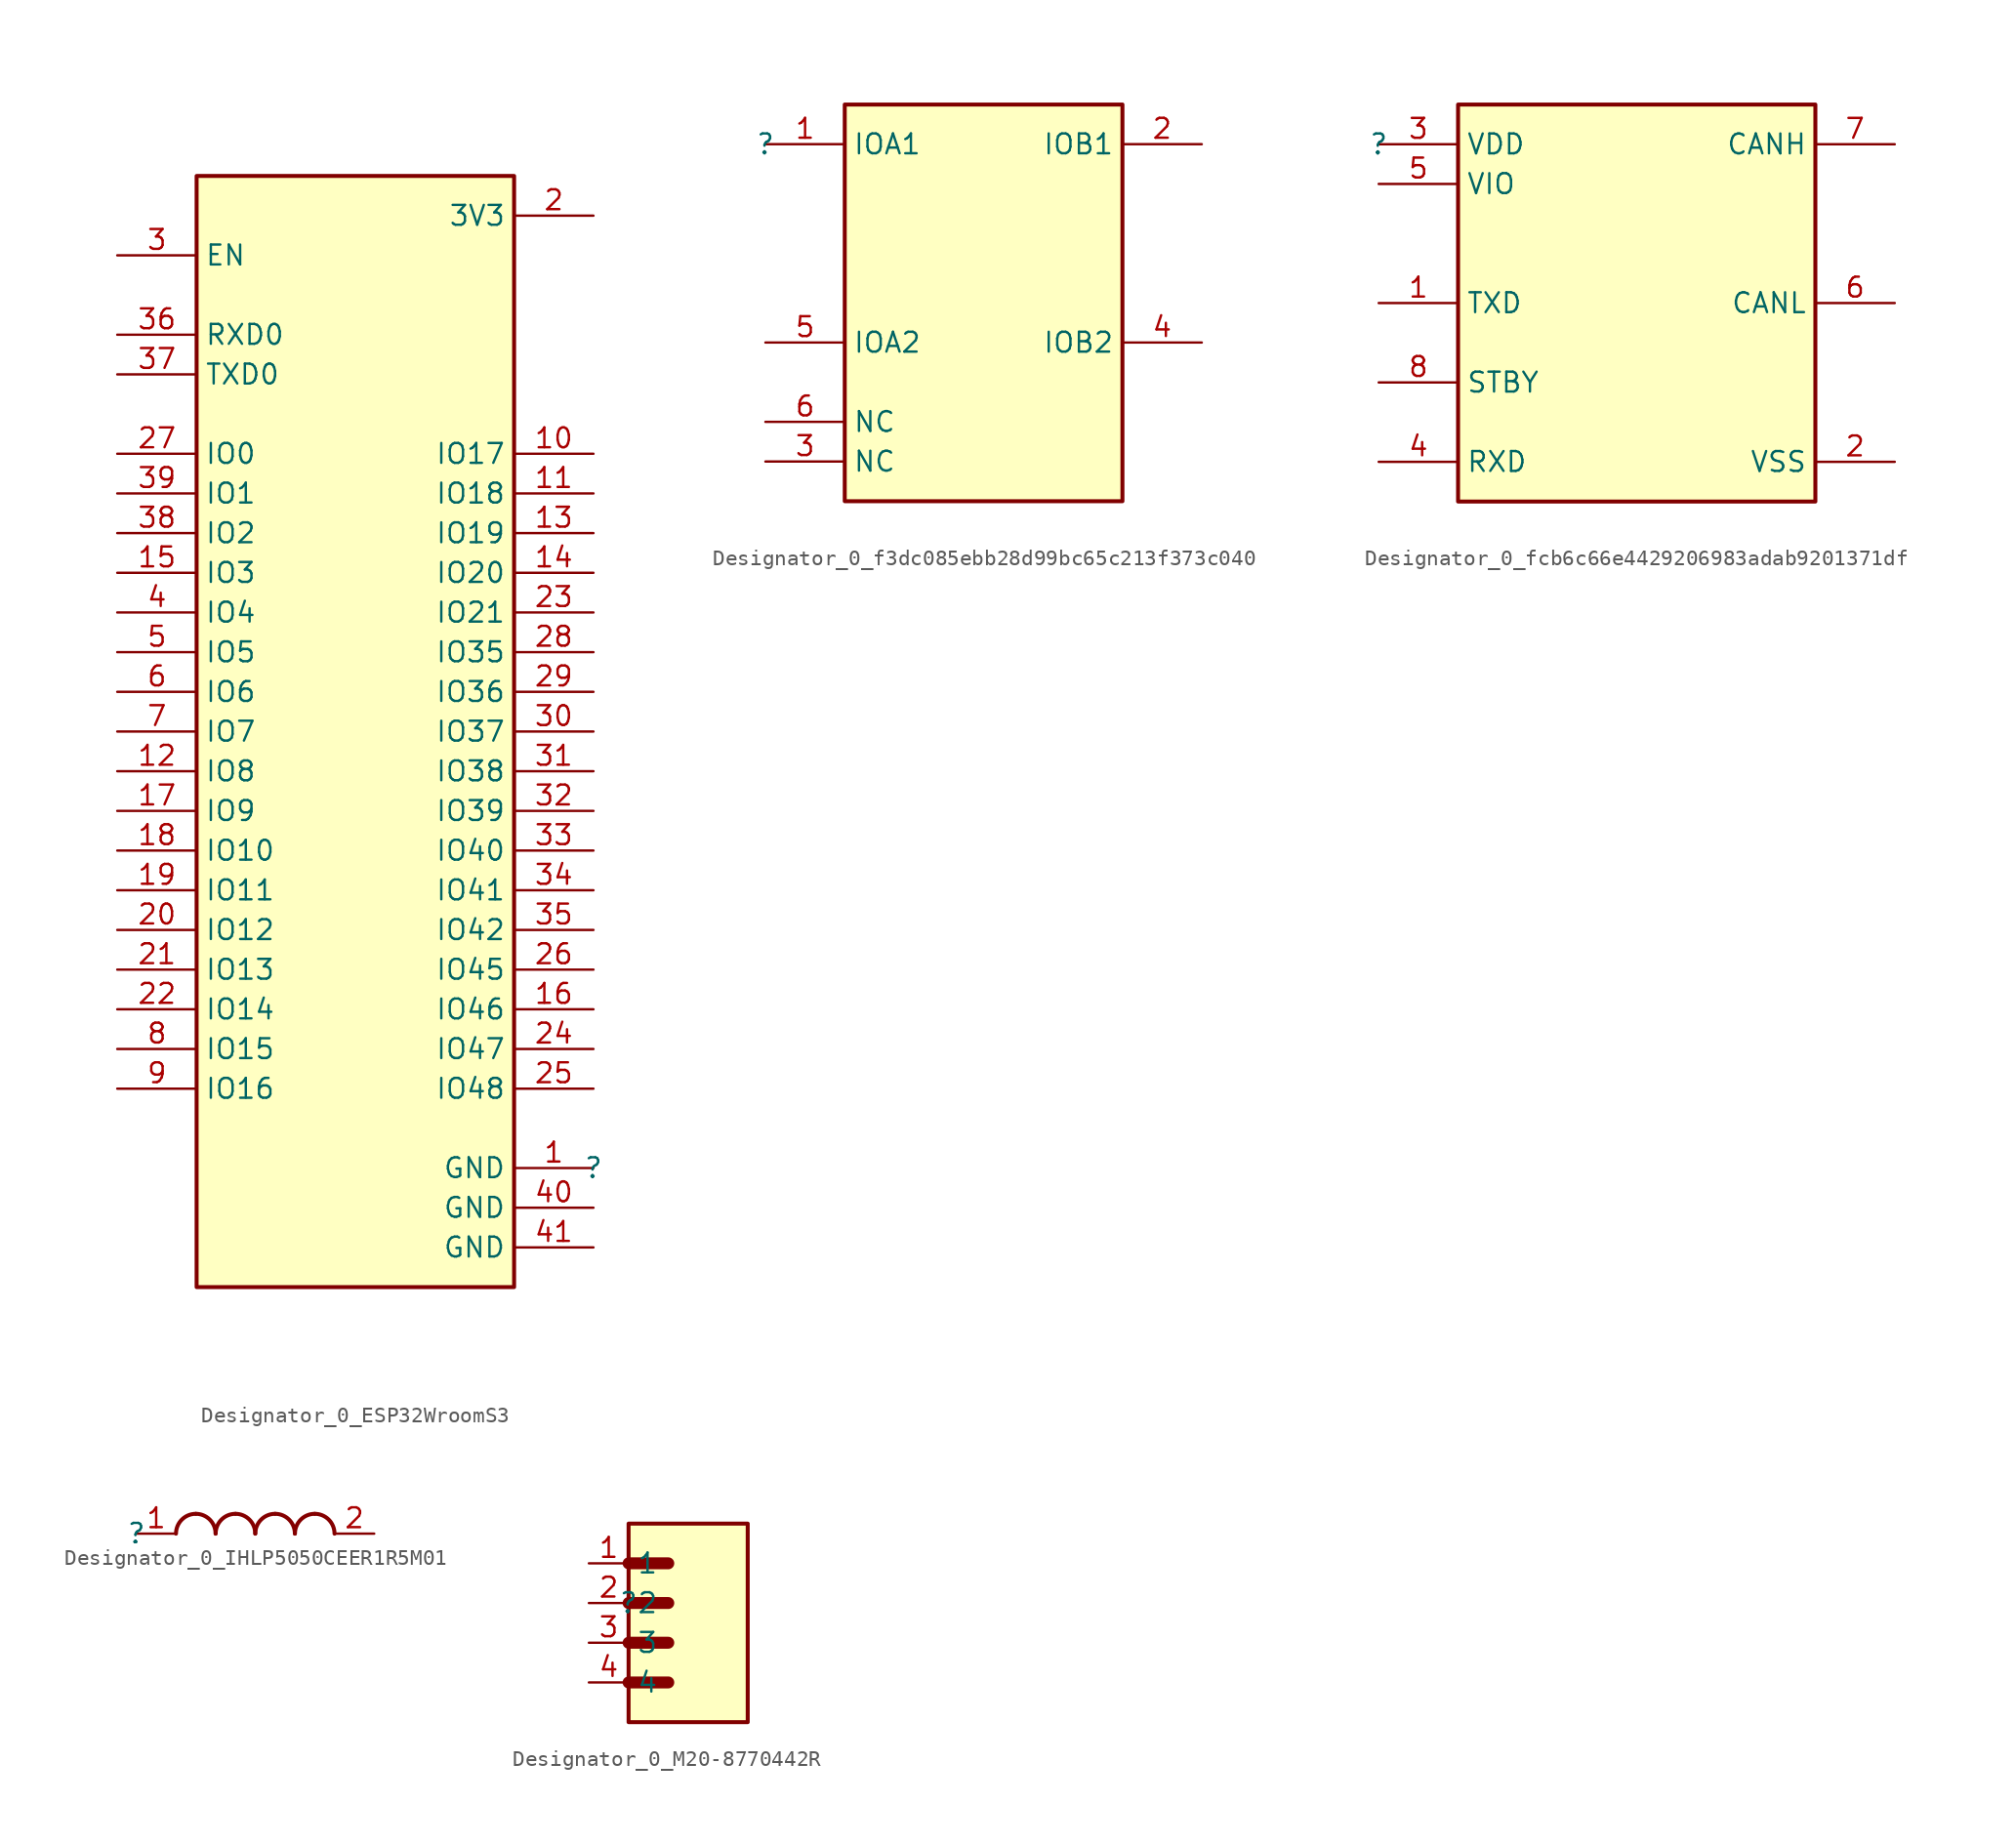
<source format=kicad_sym>
(kicad_symbol_lib
  (version 20231120)
  (generator "kicad_symbol_editor")
  (generator_version "8.0")
  (symbol "Designator_0_ESP32WroomS3"
    (property "Reference" ""
      (at 0 0 0)
      (effects (font (size 1.27 1.27))))
    (property "Value" ""
      (at 0 0 0)
      (effects (font (size 1.27 1.27))))
    (symbol "Designator_0_ESP32WroomS3_1_0"
      (rectangle (start -5.08 63.5) (end -25.4 -7.62) (stroke (width 0.254) (type solid) (color 128 0 0 1)) (fill (type background)))
      (pin power_in line (at 0 0 180) (length 5.08) (name "GND" (effects (font (size 1.27 1.27)))) (number "1" (effects (font (size 1.27 1.27)))))
      (pin bidirectional line (at 0 45.72 180) (length 5.08) (name "IO17" (effects (font (size 1.27 1.27)))) (number "10" (effects (font (size 1.27 1.27)))))
      (pin bidirectional line (at 0 43.18 180) (length 5.08) (name "IO18" (effects (font (size 1.27 1.27)))) (number "11" (effects (font (size 1.27 1.27)))))
      (pin bidirectional line (at -30.48 25.4 0) (length 5.08) (name "IO8" (effects (font (size 1.27 1.27)))) (number "12" (effects (font (size 1.27 1.27)))))
      (pin bidirectional line (at 0 40.64 180) (length 5.08) (name "IO19" (effects (font (size 1.27 1.27)))) (number "13" (effects (font (size 1.27 1.27)))))
      (pin bidirectional line (at 0 38.1 180) (length 5.08) (name "IO20" (effects (font (size 1.27 1.27)))) (number "14" (effects (font (size 1.27 1.27)))))
      (pin bidirectional line (at -30.48 38.1 0) (length 5.08) (name "IO3" (effects (font (size 1.27 1.27)))) (number "15" (effects (font (size 1.27 1.27)))))
      (pin bidirectional line (at 0 10.16 180) (length 5.08) (name "IO46" (effects (font (size 1.27 1.27)))) (number "16" (effects (font (size 1.27 1.27)))))
      (pin bidirectional line (at -30.48 22.86 0) (length 5.08) (name "IO9" (effects (font (size 1.27 1.27)))) (number "17" (effects (font (size 1.27 1.27)))))
      (pin bidirectional line (at -30.48 20.32 0) (length 5.08) (name "IO10" (effects (font (size 1.27 1.27)))) (number "18" (effects (font (size 1.27 1.27)))))
      (pin bidirectional line (at -30.48 17.78 0) (length 5.08) (name "IO11" (effects (font (size 1.27 1.27)))) (number "19" (effects (font (size 1.27 1.27)))))
      (pin power_in line (at 0 60.96 180) (length 5.08) (name "3V3" (effects (font (size 1.27 1.27)))) (number "2" (effects (font (size 1.27 1.27)))))
      (pin bidirectional line (at -30.48 15.24 0) (length 5.08) (name "IO12" (effects (font (size 1.27 1.27)))) (number "20" (effects (font (size 1.27 1.27)))))
      (pin bidirectional line (at -30.48 12.7 0) (length 5.08) (name "IO13" (effects (font (size 1.27 1.27)))) (number "21" (effects (font (size 1.27 1.27)))))
      (pin bidirectional line (at -30.48 10.16 0) (length 5.08) (name "IO14" (effects (font (size 1.27 1.27)))) (number "22" (effects (font (size 1.27 1.27)))))
      (pin bidirectional line (at 0 35.56 180) (length 5.08) (name "IO21" (effects (font (size 1.27 1.27)))) (number "23" (effects (font (size 1.27 1.27)))))
      (pin bidirectional line (at 0 7.62 180) (length 5.08) (name "IO47" (effects (font (size 1.27 1.27)))) (number "24" (effects (font (size 1.27 1.27)))))
      (pin bidirectional line (at 0 5.08 180) (length 5.08) (name "IO48" (effects (font (size 1.27 1.27)))) (number "25" (effects (font (size 1.27 1.27)))))
      (pin bidirectional line (at 0 12.7 180) (length 5.08) (name "IO45" (effects (font (size 1.27 1.27)))) (number "26" (effects (font (size 1.27 1.27)))))
      (pin bidirectional line (at -30.48 45.72 0) (length 5.08) (name "IO0" (effects (font (size 1.27 1.27)))) (number "27" (effects (font (size 1.27 1.27)))))
      (pin bidirectional line (at 0 33.02 180) (length 5.08) (name "IO35" (effects (font (size 1.27 1.27)))) (number "28" (effects (font (size 1.27 1.27)))))
      (pin bidirectional line (at 0 30.48 180) (length 5.08) (name "IO36" (effects (font (size 1.27 1.27)))) (number "29" (effects (font (size 1.27 1.27)))))
      (pin input line (at -30.48 58.42 0) (length 5.08) (name "EN" (effects (font (size 1.27 1.27)))) (number "3" (effects (font (size 1.27 1.27)))))
      (pin bidirectional line (at 0 27.94 180) (length 5.08) (name "IO37" (effects (font (size 1.27 1.27)))) (number "30" (effects (font (size 1.27 1.27)))))
      (pin bidirectional line (at 0 25.4 180) (length 5.08) (name "IO38" (effects (font (size 1.27 1.27)))) (number "31" (effects (font (size 1.27 1.27)))))
      (pin bidirectional line (at 0 22.86 180) (length 5.08) (name "IO39" (effects (font (size 1.27 1.27)))) (number "32" (effects (font (size 1.27 1.27)))))
      (pin bidirectional line (at 0 20.32 180) (length 5.08) (name "IO40" (effects (font (size 1.27 1.27)))) (number "33" (effects (font (size 1.27 1.27)))))
      (pin bidirectional line (at 0 17.78 180) (length 5.08) (name "IO41" (effects (font (size 1.27 1.27)))) (number "34" (effects (font (size 1.27 1.27)))))
      (pin bidirectional line (at 0 15.24 180) (length 5.08) (name "IO42" (effects (font (size 1.27 1.27)))) (number "35" (effects (font (size 1.27 1.27)))))
      (pin bidirectional line (at -30.48 53.34 0) (length 5.08) (name "RXD0" (effects (font (size 1.27 1.27)))) (number "36" (effects (font (size 1.27 1.27)))))
      (pin bidirectional line (at -30.48 50.8 0) (length 5.08) (name "TXD0" (effects (font (size 1.27 1.27)))) (number "37" (effects (font (size 1.27 1.27)))))
      (pin bidirectional line (at -30.48 40.64 0) (length 5.08) (name "IO2" (effects (font (size 1.27 1.27)))) (number "38" (effects (font (size 1.27 1.27)))))
      (pin bidirectional line (at -30.48 43.18 0) (length 5.08) (name "IO1" (effects (font (size 1.27 1.27)))) (number "39" (effects (font (size 1.27 1.27)))))
      (pin bidirectional line (at -30.48 35.56 0) (length 5.08) (name "IO4" (effects (font (size 1.27 1.27)))) (number "4" (effects (font (size 1.27 1.27)))))
      (pin power_in line (at 0 -2.54 180) (length 5.08) (name "GND" (effects (font (size 1.27 1.27)))) (number "40" (effects (font (size 1.27 1.27)))))
      (pin power_in line (at 0 -5.08 180) (length 5.08) (name "GND" (effects (font (size 1.27 1.27)))) (number "41" (effects (font (size 1.27 1.27)))))
      (pin bidirectional line (at -30.48 33.02 0) (length 5.08) (name "IO5" (effects (font (size 1.27 1.27)))) (number "5" (effects (font (size 1.27 1.27)))))
      (pin bidirectional line (at -30.48 30.48 0) (length 5.08) (name "IO6" (effects (font (size 1.27 1.27)))) (number "6" (effects (font (size 1.27 1.27)))))
      (pin bidirectional line (at -30.48 27.94 0) (length 5.08) (name "IO7" (effects (font (size 1.27 1.27)))) (number "7" (effects (font (size 1.27 1.27)))))
      (pin bidirectional line (at -30.48 7.62 0) (length 5.08) (name "IO15" (effects (font (size 1.27 1.27)))) (number "8" (effects (font (size 1.27 1.27)))))
      (pin bidirectional line (at -30.48 5.08 0) (length 5.08) (name "IO16" (effects (font (size 1.27 1.27)))) (number "9" (effects (font (size 1.27 1.27)))))))
  (symbol "Designator_0_f3dc085ebb28d99bc65c213f373c040"
    (property "Reference" ""
      (at 0 0 0)
      (effects (font (size 1.27 1.27))))
    (property "Value" ""
      (at 0 0 0)
      (effects (font (size 1.27 1.27))))
    (symbol "Designator_0_f3dc085ebb28d99bc65c213f373c040_1_0"
      (rectangle (start 22.86 2.54) (end 5.08 -22.86) (stroke (width 0.254) (type solid) (color 128 0 0 1)) (fill (type background)))
      (pin bidirectional line (at 0 0 0) (length 5.08) (name "IOA1" (effects (font (size 1.27 1.27)))) (number "1" (effects (font (size 1.27 1.27)))))
      (pin bidirectional line (at 27.94 0 180) (length 5.08) (name "IOB1" (effects (font (size 1.27 1.27)))) (number "2" (effects (font (size 1.27 1.27)))))
      (pin passive line (at 0 -20.32 0) (length 5.08) (name "NC" (effects (font (size 1.27 1.27)))) (number "3" (effects (font (size 1.27 1.27)))))
      (pin bidirectional line (at 27.94 -12.7 180) (length 5.08) (name "IOB2" (effects (font (size 1.27 1.27)))) (number "4" (effects (font (size 1.27 1.27)))))
      (pin bidirectional line (at 0 -12.7 0) (length 5.08) (name "IOA2" (effects (font (size 1.27 1.27)))) (number "5" (effects (font (size 1.27 1.27)))))
      (pin passive line (at 0 -17.78 0) (length 5.08) (name "NC" (effects (font (size 1.27 1.27)))) (number "6" (effects (font (size 1.27 1.27)))))))
  (symbol "Designator_0_fcb6c66e4429206983adab9201371df"
    (property "Reference" ""
      (at 0 0 0)
      (effects (font (size 1.27 1.27))))
    (property "Value" ""
      (at 0 0 0)
      (effects (font (size 1.27 1.27))))
    (symbol "Designator_0_fcb6c66e4429206983adab9201371df_1_0"
      (rectangle (start 27.94 2.54) (end 5.08 -22.86) (stroke (width 0.254) (type solid) (color 128 0 0 1)) (fill (type background)))
      (pin input line (at 0 -10.16 0) (length 5.08) (name "TXD" (effects (font (size 1.27 1.27)))) (number "1" (effects (font (size 1.27 1.27)))))
      (pin power_in line (at 33.02 -20.32 180) (length 5.08) (name "VSS" (effects (font (size 1.27 1.27)))) (number "2" (effects (font (size 1.27 1.27)))))
      (pin power_in line (at 0 0 0) (length 5.08) (name "VDD" (effects (font (size 1.27 1.27)))) (number "3" (effects (font (size 1.27 1.27)))))
      (pin output line (at 0 -20.32 0) (length 5.08) (name "RXD" (effects (font (size 1.27 1.27)))) (number "4" (effects (font (size 1.27 1.27)))))
      (pin power_in line (at 0 -2.54 0) (length 5.08) (name "VIO" (effects (font (size 1.27 1.27)))) (number "5" (effects (font (size 1.27 1.27)))))
      (pin bidirectional line (at 33.02 -10.16 180) (length 5.08) (name "CANL" (effects (font (size 1.27 1.27)))) (number "6" (effects (font (size 1.27 1.27)))))
      (pin bidirectional line (at 33.02 0 180) (length 5.08) (name "CANH" (effects (font (size 1.27 1.27)))) (number "7" (effects (font (size 1.27 1.27)))))
      (pin input line (at 0 -15.24 0) (length 5.08) (name "STBY" (effects (font (size 1.27 1.27)))) (number "8" (effects (font (size 1.27 1.27)))))))
  (symbol "Designator_0_IHLP5050CEER1R5M01"
    (property "Reference" ""
      (at 0 0 0)
      (effects (font (size 1.27 1.27))))
    (property "Value" ""
      (at 0 0 0)
      (effects (font (size 1.27 1.27))))
    (symbol "Designator_0_IHLP5050CEER1R5M01_1_0"
      (arc (start 3.81 1.27) (mid 2.912 0.898) (end 2.54 0) (stroke (width 0.254) (type solid)) (fill (type none)))
      (arc (start 5.08 0) (mid 4.708 0.898) (end 3.81 1.27) (stroke (width 0.254) (type solid)) (fill (type none)))
      (arc (start 6.35 1.27) (mid 5.452 0.898) (end 5.08 0) (stroke (width 0.254) (type solid)) (fill (type none)))
      (arc (start 7.62 0) (mid 7.248 0.898) (end 6.35 1.27) (stroke (width 0.254) (type solid)) (fill (type none)))
      (arc (start 8.89 1.27) (mid 7.992 0.898) (end 7.62 0) (stroke (width 0.254) (type solid)) (fill (type none)))
      (arc (start 10.16 0) (mid 9.788 0.898) (end 8.89 1.27) (stroke (width 0.254) (type solid)) (fill (type none)))
      (arc (start 11.43 1.27) (mid 10.532 0.898) (end 10.16 0) (stroke (width 0.254) (type solid)) (fill (type none)))
      (arc (start 12.7 0) (mid 12.328 0.898) (end 11.43 1.27) (stroke (width 0.254) (type solid)) (fill (type none)))
      (pin passive line (at 0 0 0) (length 2.54) (name "1" (effects (font (size 0 0)))) (number "1" (effects (font (size 1.27 1.27)))))
      (pin passive line (at 15.24 0 180) (length 2.54) (name "2" (effects (font (size 0 0)))) (number "2" (effects (font (size 1.27 1.27)))))))
  (symbol "Designator_0_M20-8770442R"
    (property "Reference" ""
      (at 0 0 0)
      (effects (font (size 1.27 1.27))))
    (property "Value" ""
      (at 0 0 0)
      (effects (font (size 1.27 1.27))))
    (symbol "Designator_0_M20-8770442R_1_0"
      (polyline (pts (xy 0 -5.08) (xy 2.54 -5.08)) (stroke (width 0.762) (type solid)) (fill (type none)))
      (polyline (pts (xy 0 -2.54) (xy 2.54 -2.54)) (stroke (width 0.762) (type solid)) (fill (type none)))
      (polyline (pts (xy 0 0) (xy 2.54 0)) (stroke (width 0.762) (type solid)) (fill (type none)))
      (polyline (pts (xy 0 2.54) (xy 2.54 2.54)) (stroke (width 0.762) (type solid)) (fill (type none)))
      (rectangle (start 7.62 5.08) (end 0 -7.62) (stroke (width 0.254) (type solid) (color 128 0 0 1)) (fill (type background)))
      (pin passive line (at -2.54 2.54 0) (length 2.54) (name "1" (effects (font (size 1.27 1.27)))) (number "1" (effects (font (size 1.27 1.27)))))
      (pin passive line (at -2.54 0 0) (length 2.54) (name "2" (effects (font (size 1.27 1.27)))) (number "2" (effects (font (size 1.27 1.27)))))
      (pin passive line (at -2.54 -2.54 0) (length 2.54) (name "3" (effects (font (size 1.27 1.27)))) (number "3" (effects (font (size 1.27 1.27)))))
      (pin passive line (at -2.54 -5.08 0) (length 2.54) (name "4" (effects (font (size 1.27 1.27)))) (number "4" (effects (font (size 1.27 1.27))))))))
</source>
